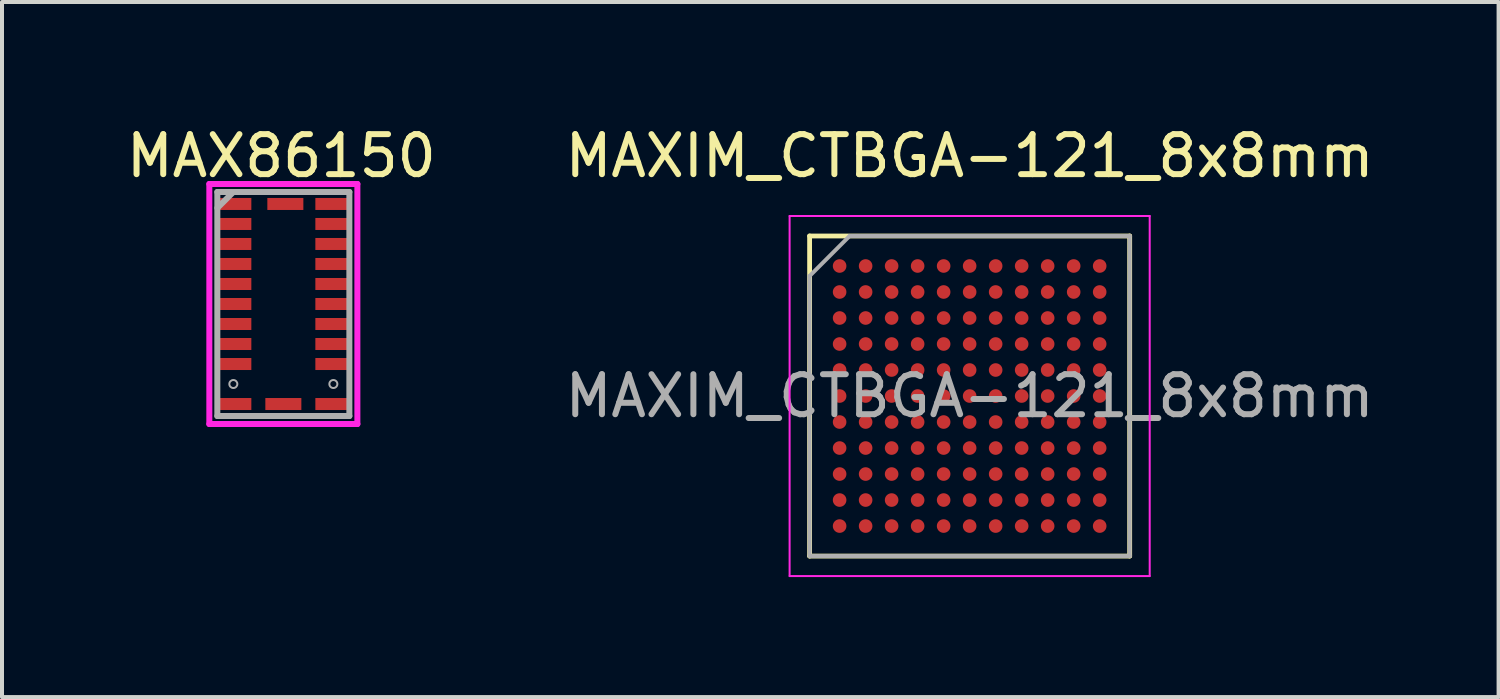
<source format=kicad_pcb>
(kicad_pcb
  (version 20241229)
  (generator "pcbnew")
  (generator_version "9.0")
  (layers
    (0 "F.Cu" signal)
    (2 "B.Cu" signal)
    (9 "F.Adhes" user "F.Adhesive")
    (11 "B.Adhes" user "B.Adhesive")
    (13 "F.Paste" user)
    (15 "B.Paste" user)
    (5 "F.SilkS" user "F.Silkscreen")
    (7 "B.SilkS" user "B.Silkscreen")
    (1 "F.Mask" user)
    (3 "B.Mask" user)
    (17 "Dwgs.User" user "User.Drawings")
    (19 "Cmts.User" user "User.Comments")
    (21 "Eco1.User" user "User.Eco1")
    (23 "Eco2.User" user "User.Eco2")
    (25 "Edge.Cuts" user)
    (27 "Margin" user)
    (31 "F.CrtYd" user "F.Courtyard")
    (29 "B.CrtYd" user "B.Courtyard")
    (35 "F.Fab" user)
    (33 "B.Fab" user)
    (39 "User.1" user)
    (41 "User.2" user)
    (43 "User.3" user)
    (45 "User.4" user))
  (footprint "MAX86150"
    (layer "F.Cu")
    (at 4.282 4.548)
    (property "Reference" "MAX86150" (at -0.3 -3.7 0) (layer "F.SilkS") (effects (font (size 1 1) (thickness 0.15))))
    (attr through_hole)
    (fp_line (start -2.1 -3) (end 1.6 -3) (stroke (width 0.15) (type solid)) (layer "F.CrtYd"))
    (fp_line (start -2.1 3) (end -2.1 -3) (stroke (width 0.15) (type solid)) (layer "F.CrtYd"))
    (fp_line (start 1.6 -3) (end 1.6 3) (stroke (width 0.15) (type solid)) (layer "F.CrtYd"))
    (fp_line (start 1.6 3) (end -2.1 3) (stroke (width 0.15) (type solid)) (layer "F.CrtYd"))
    (fp_line (start -1.9 -2.8) (end 1.4 -2.8) (stroke (width 0.15) (type solid)) (layer "F.Fab"))
    (fp_line (start -1.9 -2.4) (end -1.5 -2.8) (stroke (width 0.15) (type solid)) (layer "F.Fab"))
    (fp_line (start -1.9 2.8) (end -1.9 -2.8) (stroke (width 0.15) (type solid)) (layer "F.Fab"))
    (fp_line (start 1.4 -2.8) (end 1.4 2.8) (stroke (width 0.15) (type solid)) (layer "F.Fab"))
    (fp_line (start 1.4 2.8) (end -1.9 2.8) (stroke (width 0.15) (type solid)) (layer "F.Fab"))
    (fp_circle (center -1.5 2) (end -1.4 2) (stroke (width 0.05) (type solid)) (fill no) (layer "F.Fab"))
    (fp_circle (center 1 2) (end 1.1 2) (stroke (width 0.05) (type solid)) (fill no) (layer "F.Fab"))
    (pad "1" smd rect (at -1.5 -2.5) (size 0.9 0.3) (layers "F.Cu" "F.Mask" "F.Paste"))
    (pad "2" smd rect (at -1.5 -2) (size 0.9 0.3) (layers "F.Cu" "F.Mask" "F.Paste"))
    (pad "3" smd rect (at -1.5 -1.5) (size 0.9 0.3) (layers "F.Cu" "F.Mask" "F.Paste"))
    (pad "4" smd rect (at -1.5 -1) (size 0.9 0.3) (layers "F.Cu" "F.Mask" "F.Paste"))
    (pad "5" smd rect (at -1.5 -0.5) (size 0.9 0.3) (layers "F.Cu" "F.Mask" "F.Paste"))
    (pad "6" smd rect (at -1.5 0) (size 0.9 0.3) (layers "F.Cu" "F.Mask" "F.Paste"))
    (pad "7" smd rect (at -1.5 0.5) (size 0.9 0.3) (layers "F.Cu" "F.Mask" "F.Paste"))
    (pad "8" smd rect (at -1.5 1) (size 0.9 0.3) (layers "F.Cu" "F.Mask" "F.Paste"))
    (pad "9" smd rect (at -1.5 1.5) (size 0.9 0.3) (layers "F.Cu" "F.Mask" "F.Paste"))
    (pad "10" smd rect (at -1.5 2.5) (size 0.9 0.3) (layers "F.Cu" "F.Mask" "F.Paste"))
    (pad "11" smd rect (at -0.25 2.5) (size 0.9 0.3) (layers "F.Cu" "F.Mask" "F.Paste"))
    (pad "12" smd rect (at 1 2.5) (size 0.9 0.3) (layers "F.Cu" "F.Mask" "F.Paste"))
    (pad "13" smd rect (at 1 1.5) (size 0.9 0.3) (layers "F.Cu" "F.Mask" "F.Paste"))
    (pad "14" smd rect (at 1 1) (size 0.9 0.3) (layers "F.Cu" "F.Mask" "F.Paste"))
    (pad "15" smd rect (at 1 0.5) (size 0.9 0.3) (layers "F.Cu" "F.Mask" "F.Paste"))
    (pad "16" smd rect (at 1 0) (size 0.9 0.3) (layers "F.Cu" "F.Mask" "F.Paste"))
    (pad "17" smd rect (at 1 -0.5) (size 0.9 0.3) (layers "F.Cu" "F.Mask" "F.Paste"))
    (pad "18" smd rect (at 1 -1) (size 0.9 0.3) (layers "F.Cu" "F.Mask" "F.Paste"))
    (pad "19" smd rect (at 1 -1.5) (size 0.9 0.3) (layers "F.Cu" "F.Mask" "F.Paste"))
    (pad "20" smd rect (at 1 -2) (size 0.9 0.3) (layers "F.Cu" "F.Mask" "F.Paste"))
    (pad "21" smd rect (at 1 -2.5) (size 0.9 0.3) (layers "F.Cu" "F.Mask" "F.Paste"))
    (pad "22" smd rect (at -0.2 -2.5) (size 0.9 0.3) (layers "F.Cu" "F.Mask" "F.Paste")))
  (footprint "MAXIM_CTBGA-121_8x8mm"
    (layer "F.Cu")
    (at 21.185 6.848)
    (property "Reference" "MAXIM_CTBGA-121_8x8mm" (at 0 -6 0) (layer "F.SilkS") (effects (font (size 1 1) (thickness 0.15))))
    (attr smd)
    (fp_line (start -4 -4) (end 4 -4) (stroke (width 0.12) (type solid)) (layer "F.SilkS"))
    (fp_line (start -4 4) (end -4 -4) (stroke (width 0.12) (type solid)) (layer "F.SilkS"))
    (fp_line (start 4 -4) (end 4 4) (stroke (width 0.12) (type solid)) (layer "F.SilkS"))
    (fp_line (start 4 4) (end -4 4) (stroke (width 0.12) (type solid)) (layer "F.SilkS"))
    (fp_line (start -4.5 -4.5) (end -4.5 4.5) (stroke (width 0.05) (type solid)) (layer "F.CrtYd"))
    (fp_line (start -4.5 4.5) (end 4.5 4.5) (stroke (width 0.05) (type solid)) (layer "F.CrtYd"))
    (fp_line (start 4.5 -4.5) (end -4.5 -4.5) (stroke (width 0.05) (type solid)) (layer "F.CrtYd"))
    (fp_line (start 4.5 4.5) (end 4.5 -4.5) (stroke (width 0.05) (type solid)) (layer "F.CrtYd"))
    (fp_line (start -4 -3) (end -3 -4) (stroke (width 0.1) (type solid)) (layer "F.Fab"))
    (fp_line (start -4 4) (end -4 -3) (stroke (width 0.1) (type solid)) (layer "F.Fab"))
    (fp_line (start -3 -4) (end 4 -4) (stroke (width 0.1) (type solid)) (layer "F.Fab"))
    (fp_line (start 4 -4) (end 4 4) (stroke (width 0.1) (type solid)) (layer "F.Fab"))
    (fp_line (start 4 4) (end -4 4) (stroke (width 0.1) (type solid)) (layer "F.Fab"))
    (fp_text user "${REFERENCE}" (at 0 0 0) (layer "F.Fab") (effects (font (size 1 1) (thickness 0.15))))
    (pad "A1" smd circle (at -3.25 -3.25) (size 0.34 0.34) (layers "F.Cu" "F.Mask" "F.Paste"))
    (pad "A2" smd circle (at -2.6 -3.25) (size 0.34 0.34) (layers "F.Cu" "F.Mask" "F.Paste"))
    (pad "A3" smd circle (at -1.95 -3.25) (size 0.34 0.34) (layers "F.Cu" "F.Mask" "F.Paste"))
    (pad "A4" smd circle (at -1.3 -3.25) (size 0.34 0.34) (layers "F.Cu" "F.Mask" "F.Paste"))
    (pad "A5" smd circle (at -0.65 -3.25) (size 0.34 0.34) (layers "F.Cu" "F.Mask" "F.Paste"))
    (pad "A6" smd circle (at 0 -3.25) (size 0.34 0.34) (layers "F.Cu" "F.Mask" "F.Paste"))
    (pad "A7" smd circle (at 0.65 -3.25) (size 0.34 0.34) (layers "F.Cu" "F.Mask" "F.Paste"))
    (pad "A8" smd circle (at 1.3 -3.25) (size 0.34 0.34) (layers "F.Cu" "F.Mask" "F.Paste"))
    (pad "A9" smd circle (at 1.95 -3.25) (size 0.34 0.34) (layers "F.Cu" "F.Mask" "F.Paste"))
    (pad "A10" smd circle (at 2.6 -3.25) (size 0.34 0.34) (layers "F.Cu" "F.Mask" "F.Paste"))
    (pad "A11" smd circle (at 3.25 -3.25) (size 0.34 0.34) (layers "F.Cu" "F.Mask" "F.Paste"))
    (pad "B1" smd circle (at -3.25 -2.6) (size 0.34 0.34) (layers "F.Cu" "F.Mask" "F.Paste"))
    (pad "B2" smd circle (at -2.6 -2.6) (size 0.34 0.34) (layers "F.Cu" "F.Mask" "F.Paste"))
    (pad "B3" smd circle (at -1.95 -2.6) (size 0.34 0.34) (layers "F.Cu" "F.Mask" "F.Paste"))
    (pad "B4" smd circle (at -1.3 -2.6) (size 0.34 0.34) (layers "F.Cu" "F.Mask" "F.Paste"))
    (pad "B5" smd circle (at -0.65 -2.6) (size 0.34 0.34) (layers "F.Cu" "F.Mask" "F.Paste"))
    (pad "B6" smd circle (at 0 -2.6) (size 0.34 0.34) (layers "F.Cu" "F.Mask" "F.Paste"))
    (pad "B7" smd circle (at 0.65 -2.6) (size 0.34 0.34) (layers "F.Cu" "F.Mask" "F.Paste"))
    (pad "B8" smd circle (at 1.3 -2.6) (size 0.34 0.34) (layers "F.Cu" "F.Mask" "F.Paste"))
    (pad "B9" smd circle (at 1.95 -2.6) (size 0.34 0.34) (layers "F.Cu" "F.Mask" "F.Paste"))
    (pad "B10" smd circle (at 2.6 -2.6) (size 0.34 0.34) (layers "F.Cu" "F.Mask" "F.Paste"))
    (pad "B11" smd circle (at 3.25 -2.6) (size 0.34 0.34) (layers "F.Cu" "F.Mask" "F.Paste"))
    (pad "C1" smd circle (at -3.25 -1.95) (size 0.34 0.34) (layers "F.Cu" "F.Mask" "F.Paste"))
    (pad "C2" smd circle (at -2.6 -1.95) (size 0.34 0.34) (layers "F.Cu" "F.Mask" "F.Paste"))
    (pad "C3" smd circle (at -1.95 -1.95) (size 0.34 0.34) (layers "F.Cu" "F.Mask" "F.Paste"))
    (pad "C4" smd circle (at -1.3 -1.95) (size 0.34 0.34) (layers "F.Cu" "F.Mask" "F.Paste"))
    (pad "C5" smd circle (at -0.65 -1.95) (size 0.34 0.34) (layers "F.Cu" "F.Mask" "F.Paste"))
    (pad "C6" smd circle (at 0 -1.95) (size 0.34 0.34) (layers "F.Cu" "F.Mask" "F.Paste"))
    (pad "C7" smd circle (at 0.65 -1.95) (size 0.34 0.34) (layers "F.Cu" "F.Mask" "F.Paste"))
    (pad "C8" smd circle (at 1.3 -1.95) (size 0.34 0.34) (layers "F.Cu" "F.Mask" "F.Paste"))
    (pad "C9" smd circle (at 1.95 -1.95) (size 0.34 0.34) (layers "F.Cu" "F.Mask" "F.Paste"))
    (pad "C10" smd circle (at 2.6 -1.95) (size 0.34 0.34) (layers "F.Cu" "F.Mask" "F.Paste"))
    (pad "C11" smd circle (at 3.25 -1.95) (size 0.34 0.34) (layers "F.Cu" "F.Mask" "F.Paste"))
    (pad "D1" smd circle (at -3.25 -1.3) (size 0.34 0.34) (layers "F.Cu" "F.Mask" "F.Paste"))
    (pad "D2" smd circle (at -2.6 -1.3) (size 0.34 0.34) (layers "F.Cu" "F.Mask" "F.Paste"))
    (pad "D3" smd circle (at -1.95 -1.3) (size 0.34 0.34) (layers "F.Cu" "F.Mask" "F.Paste"))
    (pad "D4" smd circle (at -1.3 -1.3) (size 0.34 0.34) (layers "F.Cu" "F.Mask" "F.Paste"))
    (pad "D5" smd circle (at -0.65 -1.3) (size 0.34 0.34) (layers "F.Cu" "F.Mask" "F.Paste"))
    (pad "D6" smd circle (at 0 -1.3) (size 0.34 0.34) (layers "F.Cu" "F.Mask" "F.Paste"))
    (pad "D7" smd circle (at 0.65 -1.3) (size 0.34 0.34) (layers "F.Cu" "F.Mask" "F.Paste"))
    (pad "D8" smd circle (at 1.3 -1.3) (size 0.34 0.34) (layers "F.Cu" "F.Mask" "F.Paste"))
    (pad "D9" smd circle (at 1.95 -1.3) (size 0.34 0.34) (layers "F.Cu" "F.Mask" "F.Paste"))
    (pad "D10" smd circle (at 2.6 -1.3) (size 0.34 0.34) (layers "F.Cu" "F.Mask" "F.Paste"))
    (pad "D11" smd circle (at 3.25 -1.3) (size 0.34 0.34) (layers "F.Cu" "F.Mask" "F.Paste"))
    (pad "E1" smd circle (at -3.25 -0.65) (size 0.34 0.34) (layers "F.Cu" "F.Mask" "F.Paste"))
    (pad "E2" smd circle (at -2.6 -0.65) (size 0.34 0.34) (layers "F.Cu" "F.Mask" "F.Paste"))
    (pad "E3" smd circle (at -1.95 -0.65) (size 0.34 0.34) (layers "F.Cu" "F.Mask" "F.Paste"))
    (pad "E4" smd circle (at -1.3 -0.65) (size 0.34 0.34) (layers "F.Cu" "F.Mask" "F.Paste"))
    (pad "E5" smd circle (at -0.65 -0.65) (size 0.34 0.34) (layers "F.Cu" "F.Mask" "F.Paste"))
    (pad "E6" smd circle (at 0 -0.65) (size 0.34 0.34) (layers "F.Cu" "F.Mask" "F.Paste"))
    (pad "E7" smd circle (at 0.65 -0.65) (size 0.34 0.34) (layers "F.Cu" "F.Mask" "F.Paste"))
    (pad "E8" smd circle (at 1.3 -0.65) (size 0.34 0.34) (layers "F.Cu" "F.Mask" "F.Paste"))
    (pad "E9" smd circle (at 1.95 -0.65) (size 0.34 0.34) (layers "F.Cu" "F.Mask" "F.Paste"))
    (pad "E10" smd circle (at 2.6 -0.65) (size 0.34 0.34) (layers "F.Cu" "F.Mask" "F.Paste"))
    (pad "E11" smd circle (at 3.25 -0.65) (size 0.34 0.34) (layers "F.Cu" "F.Mask" "F.Paste"))
    (pad "F1" smd circle (at -3.25 0) (size 0.34 0.34) (layers "F.Cu" "F.Mask" "F.Paste"))
    (pad "F2" smd circle (at -2.6 0) (size 0.34 0.34) (layers "F.Cu" "F.Mask" "F.Paste"))
    (pad "F3" smd circle (at -1.95 0) (size 0.34 0.34) (layers "F.Cu" "F.Mask" "F.Paste"))
    (pad "F4" smd circle (at -1.3 0) (size 0.34 0.34) (layers "F.Cu" "F.Mask" "F.Paste"))
    (pad "F5" smd circle (at -0.65 0) (size 0.34 0.34) (layers "F.Cu" "F.Mask" "F.Paste"))
    (pad "F6" smd circle (at 0 0) (size 0.34 0.34) (layers "F.Cu" "F.Mask" "F.Paste"))
    (pad "F7" smd circle (at 0.65 0) (size 0.34 0.34) (layers "F.Cu" "F.Mask" "F.Paste"))
    (pad "F8" smd circle (at 1.3 0) (size 0.34 0.34) (layers "F.Cu" "F.Mask" "F.Paste"))
    (pad "F9" smd circle (at 1.95 0) (size 0.34 0.34) (layers "F.Cu" "F.Mask" "F.Paste"))
    (pad "F10" smd circle (at 2.6 0) (size 0.34 0.34) (layers "F.Cu" "F.Mask" "F.Paste"))
    (pad "F11" smd circle (at 3.25 0) (size 0.34 0.34) (layers "F.Cu" "F.Mask" "F.Paste"))
    (pad "G1" smd circle (at -3.25 0.65) (size 0.34 0.34) (layers "F.Cu" "F.Mask" "F.Paste"))
    (pad "G2" smd circle (at -2.6 0.65) (size 0.34 0.34) (layers "F.Cu" "F.Mask" "F.Paste"))
    (pad "G3" smd circle (at -1.95 0.65) (size 0.34 0.34) (layers "F.Cu" "F.Mask" "F.Paste"))
    (pad "G4" smd circle (at -1.3 0.65) (size 0.34 0.34) (layers "F.Cu" "F.Mask" "F.Paste"))
    (pad "G5" smd circle (at -0.65 0.65) (size 0.34 0.34) (layers "F.Cu" "F.Mask" "F.Paste"))
    (pad "G6" smd circle (at 0 0.65) (size 0.34 0.34) (layers "F.Cu" "F.Mask" "F.Paste"))
    (pad "G7" smd circle (at 0.65 0.65) (size 0.34 0.34) (layers "F.Cu" "F.Mask" "F.Paste"))
    (pad "G8" smd circle (at 1.3 0.65) (size 0.34 0.34) (layers "F.Cu" "F.Mask" "F.Paste"))
    (pad "G9" smd circle (at 1.95 0.65) (size 0.34 0.34) (layers "F.Cu" "F.Mask" "F.Paste"))
    (pad "G10" smd circle (at 2.6 0.65) (size 0.34 0.34) (layers "F.Cu" "F.Mask" "F.Paste"))
    (pad "G11" smd circle (at 3.25 0.65) (size 0.34 0.34) (layers "F.Cu" "F.Mask" "F.Paste"))
    (pad "H1" smd circle (at -3.25 1.3) (size 0.34 0.34) (layers "F.Cu" "F.Mask" "F.Paste"))
    (pad "H2" smd circle (at -2.6 1.3) (size 0.34 0.34) (layers "F.Cu" "F.Mask" "F.Paste"))
    (pad "H3" smd circle (at -1.95 1.3) (size 0.34 0.34) (layers "F.Cu" "F.Mask" "F.Paste"))
    (pad "H4" smd circle (at -1.3 1.3) (size 0.34 0.34) (layers "F.Cu" "F.Mask" "F.Paste"))
    (pad "H5" smd circle (at -0.65 1.3) (size 0.34 0.34) (layers "F.Cu" "F.Mask" "F.Paste"))
    (pad "H6" smd circle (at 0 1.3) (size 0.34 0.34) (layers "F.Cu" "F.Mask" "F.Paste"))
    (pad "H7" smd circle (at 0.65 1.3) (size 0.34 0.34) (layers "F.Cu" "F.Mask" "F.Paste"))
    (pad "H8" smd circle (at 1.3 1.3) (size 0.34 0.34) (layers "F.Cu" "F.Mask" "F.Paste"))
    (pad "H9" smd circle (at 1.95 1.3) (size 0.34 0.34) (layers "F.Cu" "F.Mask" "F.Paste"))
    (pad "H10" smd circle (at 2.6 1.3) (size 0.34 0.34) (layers "F.Cu" "F.Mask" "F.Paste"))
    (pad "H11" smd circle (at 3.25 1.3) (size 0.34 0.34) (layers "F.Cu" "F.Mask" "F.Paste"))
    (pad "J1" smd circle (at -3.25 1.95) (size 0.34 0.34) (layers "F.Cu" "F.Mask" "F.Paste"))
    (pad "J2" smd circle (at -2.6 1.95) (size 0.34 0.34) (layers "F.Cu" "F.Mask" "F.Paste"))
    (pad "J3" smd circle (at -1.95 1.95) (size 0.34 0.34) (layers "F.Cu" "F.Mask" "F.Paste"))
    (pad "J4" smd circle (at -1.3 1.95) (size 0.34 0.34) (layers "F.Cu" "F.Mask" "F.Paste"))
    (pad "J5" smd circle (at -0.65 1.95) (size 0.34 0.34) (layers "F.Cu" "F.Mask" "F.Paste"))
    (pad "J6" smd circle (at 0 1.95) (size 0.34 0.34) (layers "F.Cu" "F.Mask" "F.Paste"))
    (pad "J7" smd circle (at 0.65 1.95) (size 0.34 0.34) (layers "F.Cu" "F.Mask" "F.Paste"))
    (pad "J8" smd circle (at 1.3 1.95) (size 0.34 0.34) (layers "F.Cu" "F.Mask" "F.Paste"))
    (pad "J9" smd circle (at 1.95 1.95) (size 0.34 0.34) (layers "F.Cu" "F.Mask" "F.Paste"))
    (pad "J10" smd circle (at 2.6 1.95) (size 0.34 0.34) (layers "F.Cu" "F.Mask" "F.Paste"))
    (pad "J11" smd circle (at 3.25 1.95) (size 0.34 0.34) (layers "F.Cu" "F.Mask" "F.Paste"))
    (pad "K1" smd circle (at -3.25 2.6) (size 0.34 0.34) (layers "F.Cu" "F.Mask" "F.Paste"))
    (pad "K2" smd circle (at -2.6 2.6) (size 0.34 0.34) (layers "F.Cu" "F.Mask" "F.Paste"))
    (pad "K3" smd circle (at -1.95 2.6) (size 0.34 0.34) (layers "F.Cu" "F.Mask" "F.Paste"))
    (pad "K4" smd circle (at -1.3 2.6) (size 0.34 0.34) (layers "F.Cu" "F.Mask" "F.Paste"))
    (pad "K5" smd circle (at -0.65 2.6) (size 0.34 0.34) (layers "F.Cu" "F.Mask" "F.Paste"))
    (pad "K6" smd circle (at 0 2.6) (size 0.34 0.34) (layers "F.Cu" "F.Mask" "F.Paste"))
    (pad "K7" smd circle (at 0.65 2.6) (size 0.34 0.34) (layers "F.Cu" "F.Mask" "F.Paste"))
    (pad "K8" smd circle (at 1.3 2.6) (size 0.34 0.34) (layers "F.Cu" "F.Mask" "F.Paste"))
    (pad "K9" smd circle (at 1.95 2.6) (size 0.34 0.34) (layers "F.Cu" "F.Mask" "F.Paste"))
    (pad "K10" smd circle (at 2.6 2.6) (size 0.34 0.34) (layers "F.Cu" "F.Mask" "F.Paste"))
    (pad "K11" smd circle (at 3.25 2.6) (size 0.34 0.34) (layers "F.Cu" "F.Mask" "F.Paste"))
    (pad "L1" smd circle (at -3.25 3.25) (size 0.34 0.34) (layers "F.Cu" "F.Mask" "F.Paste"))
    (pad "L2" smd circle (at -2.6 3.25) (size 0.34 0.34) (layers "F.Cu" "F.Mask" "F.Paste"))
    (pad "L3" smd circle (at -1.95 3.25) (size 0.34 0.34) (layers "F.Cu" "F.Mask" "F.Paste"))
    (pad "L4" smd circle (at -1.3 3.25) (size 0.34 0.34) (layers "F.Cu" "F.Mask" "F.Paste"))
    (pad "L5" smd circle (at -0.65 3.25) (size 0.34 0.34) (layers "F.Cu" "F.Mask" "F.Paste"))
    (pad "L6" smd circle (at 0 3.25) (size 0.34 0.34) (layers "F.Cu" "F.Mask" "F.Paste"))
    (pad "L7" smd circle (at 0.65 3.25) (size 0.34 0.34) (layers "F.Cu" "F.Mask" "F.Paste"))
    (pad "L8" smd circle (at 1.3 3.25) (size 0.34 0.34) (layers "F.Cu" "F.Mask" "F.Paste"))
    (pad "L9" smd circle (at 1.95 3.25) (size 0.34 0.34) (layers "F.Cu" "F.Mask" "F.Paste"))
    (pad "L10" smd circle (at 2.6 3.25) (size 0.34 0.34) (layers "F.Cu" "F.Mask" "F.Paste"))
    (pad "L11" smd circle (at 3.25 3.25) (size 0.34 0.34) (layers "F.Cu" "F.Mask" "F.Paste")))
  (gr_rect
    (start -3 -3)
    (end 34.405 14.373)
    (stroke (width 0.1) (type default))
    (fill no)
    (layer "Edge.Cuts")))
</source>
